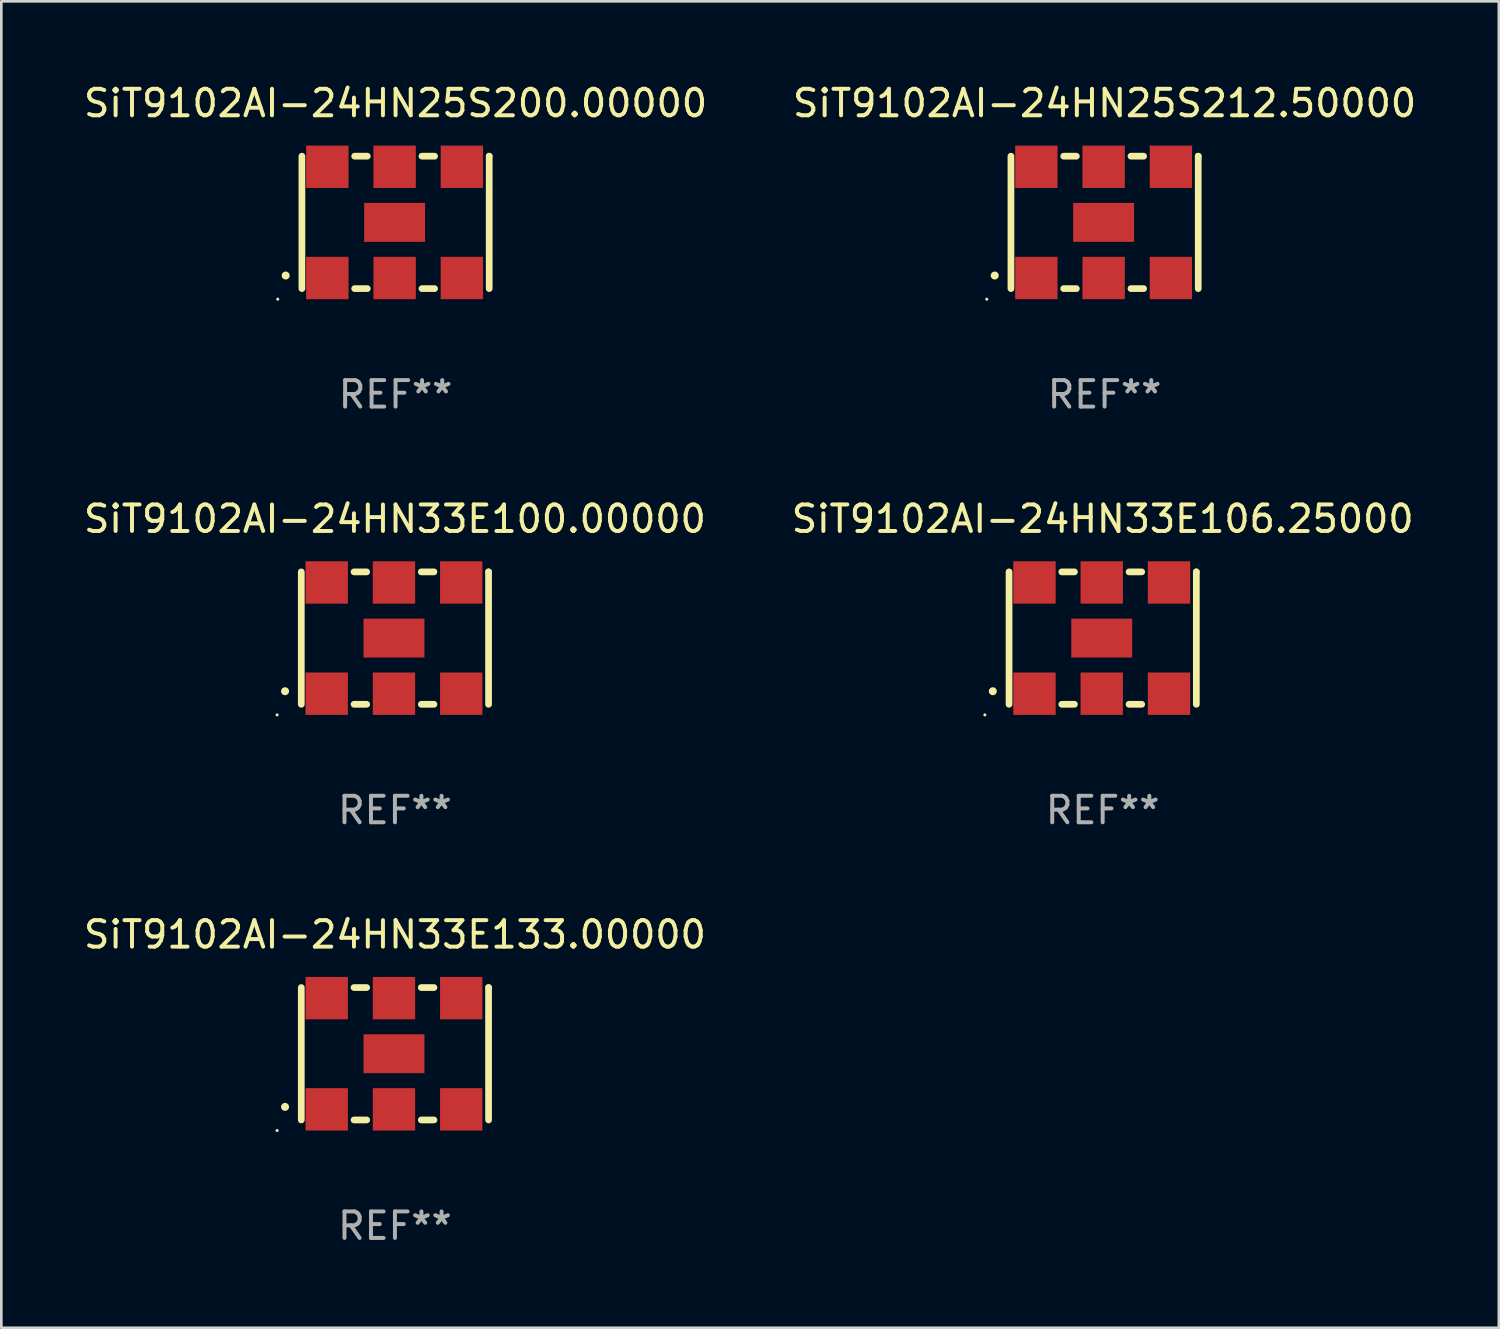
<source format=kicad_pcb>
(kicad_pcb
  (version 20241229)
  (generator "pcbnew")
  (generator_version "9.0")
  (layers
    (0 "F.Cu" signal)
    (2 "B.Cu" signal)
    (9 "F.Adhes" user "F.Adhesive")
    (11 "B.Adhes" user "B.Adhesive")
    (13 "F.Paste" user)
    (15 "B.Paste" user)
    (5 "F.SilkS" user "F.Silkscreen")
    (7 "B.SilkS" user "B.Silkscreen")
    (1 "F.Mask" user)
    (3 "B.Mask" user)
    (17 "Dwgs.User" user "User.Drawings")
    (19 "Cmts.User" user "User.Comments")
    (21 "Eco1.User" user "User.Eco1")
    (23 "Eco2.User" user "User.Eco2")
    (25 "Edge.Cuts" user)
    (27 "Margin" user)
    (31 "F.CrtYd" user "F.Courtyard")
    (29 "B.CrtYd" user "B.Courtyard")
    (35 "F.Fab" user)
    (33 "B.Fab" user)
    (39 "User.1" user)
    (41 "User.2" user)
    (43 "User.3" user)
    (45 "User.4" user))
  (footprint "SiT9102AI-24HN33E106.25000"
    (layer "F.Cu")
    (at 38.589 21.045)
    (property "Reference" "SiT9102AI-24HN33E106.25000" (at 0 -4.5 0) (layer "F.SilkS") (effects (font (size 1 1) (thickness 0.15))))
    (attr through_hole)
    (fp_line (start -3.536 -2.5) (end -3.536 2.5) (stroke (width 0.254) (type solid)) (layer "F.SilkS"))
    (fp_line (start -1.544 2.5) (end -1.067 2.5) (stroke (width 0.254) (type solid)) (layer "F.SilkS"))
    (fp_line (start -1.067 -2.5) (end -1.544 -2.5) (stroke (width 0.254) (type solid)) (layer "F.SilkS"))
    (fp_line (start 0.996 2.5) (end 1.473 2.5) (stroke (width 0.254) (type solid)) (layer "F.SilkS"))
    (fp_line (start 1.473 -2.5) (end 0.996 -2.5) (stroke (width 0.254) (type solid)) (layer "F.SilkS"))
    (fp_line (start 3.536 -2.5) (end 3.536 -2.5) (stroke (width 0.254) (type solid)) (layer "F.SilkS"))
    (fp_line (start 3.536 2.5) (end 3.536 -2.5) (stroke (width 0.254) (type solid)) (layer "F.SilkS"))
    (fp_arc (start -4.150432 2.006604) (mid -4.149162 2.006599) (end -4.147892 2.006604) (stroke (width 0.3) (type solid)) (layer "F.SilkS"))
    (fp_circle (center -4.449 2.9) (end -4.419 2.9) (stroke (width 0.06) (type solid)) (fill no) (layer "F.SilkS"))
    (fp_text user "REF**" (at 0 6.5 0) (layer "F.Fab") (effects (font (size 1 1) (thickness 0.15))))
    (pad "1" smd rect (at -2.576 2.1) (size 1.6 1.6) (layers "F.Cu" "F.Mask" "F.Paste"))
    (pad "2" smd rect (at -0.036 2.1) (size 1.6 1.6) (layers "F.Cu" "F.Mask" "F.Paste"))
    (pad "3" smd rect (at 2.504 2.1) (size 1.6 1.6) (layers "F.Cu" "F.Mask" "F.Paste"))
    (pad "4" smd rect (at 2.504 -2.1) (size 1.6 1.6) (layers "F.Cu" "F.Mask" "F.Paste"))
    (pad "5" smd rect (at -0.036 -2.1) (size 1.6 1.6) (layers "F.Cu" "F.Mask" "F.Paste"))
    (pad "6" smd rect (at -2.576 -2.1) (size 1.6 1.6) (layers "F.Cu" "F.Mask" "F.Paste"))
    (pad "7" smd rect (at -0.036 0) (size 2.3 1.47) (layers "F.Cu" "F.Mask" "F.Paste")))
  (footprint "SiT9102AI-24HN25S200.00000"
    (layer "F.Cu")
    (at 11.887 5.348)
    (property "Reference" "SiT9102AI-24HN25S200.00000" (at 0 -4.5 0) (layer "F.SilkS") (effects (font (size 1 1) (thickness 0.15))))
    (attr through_hole)
    (fp_line (start -3.536 -2.5) (end -3.536 2.5) (stroke (width 0.254) (type solid)) (layer "F.SilkS"))
    (fp_line (start -1.544 2.5) (end -1.067 2.5) (stroke (width 0.254) (type solid)) (layer "F.SilkS"))
    (fp_line (start -1.067 -2.5) (end -1.544 -2.5) (stroke (width 0.254) (type solid)) (layer "F.SilkS"))
    (fp_line (start 0.996 2.5) (end 1.473 2.5) (stroke (width 0.254) (type solid)) (layer "F.SilkS"))
    (fp_line (start 1.473 -2.5) (end 0.996 -2.5) (stroke (width 0.254) (type solid)) (layer "F.SilkS"))
    (fp_line (start 3.536 -2.5) (end 3.536 -2.5) (stroke (width 0.254) (type solid)) (layer "F.SilkS"))
    (fp_line (start 3.536 2.5) (end 3.536 -2.5) (stroke (width 0.254) (type solid)) (layer "F.SilkS"))
    (fp_arc (start -4.150432 2.006604) (mid -4.149162 2.006599) (end -4.147892 2.006604) (stroke (width 0.3) (type solid)) (layer "F.SilkS"))
    (fp_circle (center -4.449 2.9) (end -4.419 2.9) (stroke (width 0.06) (type solid)) (fill no) (layer "F.SilkS"))
    (fp_text user "REF**" (at 0 6.5 0) (layer "F.Fab") (effects (font (size 1 1) (thickness 0.15))))
    (pad "1" smd rect (at -2.576 2.1) (size 1.6 1.6) (layers "F.Cu" "F.Mask" "F.Paste"))
    (pad "2" smd rect (at -0.036 2.1) (size 1.6 1.6) (layers "F.Cu" "F.Mask" "F.Paste"))
    (pad "3" smd rect (at 2.504 2.1) (size 1.6 1.6) (layers "F.Cu" "F.Mask" "F.Paste"))
    (pad "4" smd rect (at 2.504 -2.1) (size 1.6 1.6) (layers "F.Cu" "F.Mask" "F.Paste"))
    (pad "5" smd rect (at -0.036 -2.1) (size 1.6 1.6) (layers "F.Cu" "F.Mask" "F.Paste"))
    (pad "6" smd rect (at -2.576 -2.1) (size 1.6 1.6) (layers "F.Cu" "F.Mask" "F.Paste"))
    (pad "7" smd rect (at -0.036 0) (size 2.3 1.47) (layers "F.Cu" "F.Mask" "F.Paste")))
  (footprint "SiT9102AI-24HN33E133.00000"
    (layer "F.Cu")
    (at 11.863 36.741)
    (property "Reference" "SiT9102AI-24HN33E133.00000" (at 0 -4.5 0) (layer "F.SilkS") (effects (font (size 1 1) (thickness 0.15))))
    (attr through_hole)
    (fp_line (start -3.536 -2.5) (end -3.536 2.5) (stroke (width 0.254) (type solid)) (layer "F.SilkS"))
    (fp_line (start -1.544 2.5) (end -1.067 2.5) (stroke (width 0.254) (type solid)) (layer "F.SilkS"))
    (fp_line (start -1.067 -2.5) (end -1.544 -2.5) (stroke (width 0.254) (type solid)) (layer "F.SilkS"))
    (fp_line (start 0.996 2.5) (end 1.473 2.5) (stroke (width 0.254) (type solid)) (layer "F.SilkS"))
    (fp_line (start 1.473 -2.5) (end 0.996 -2.5) (stroke (width 0.254) (type solid)) (layer "F.SilkS"))
    (fp_line (start 3.536 -2.5) (end 3.536 -2.5) (stroke (width 0.254) (type solid)) (layer "F.SilkS"))
    (fp_line (start 3.536 2.5) (end 3.536 -2.5) (stroke (width 0.254) (type solid)) (layer "F.SilkS"))
    (fp_arc (start -4.150432 2.006604) (mid -4.149162 2.006599) (end -4.147892 2.006604) (stroke (width 0.3) (type solid)) (layer "F.SilkS"))
    (fp_circle (center -4.449 2.9) (end -4.419 2.9) (stroke (width 0.06) (type solid)) (fill no) (layer "F.SilkS"))
    (fp_text user "REF**" (at 0 6.5 0) (layer "F.Fab") (effects (font (size 1 1) (thickness 0.15))))
    (pad "1" smd rect (at -2.576 2.1) (size 1.6 1.6) (layers "F.Cu" "F.Mask" "F.Paste"))
    (pad "2" smd rect (at -0.036 2.1) (size 1.6 1.6) (layers "F.Cu" "F.Mask" "F.Paste"))
    (pad "3" smd rect (at 2.504 2.1) (size 1.6 1.6) (layers "F.Cu" "F.Mask" "F.Paste"))
    (pad "4" smd rect (at 2.504 -2.1) (size 1.6 1.6) (layers "F.Cu" "F.Mask" "F.Paste"))
    (pad "5" smd rect (at -0.036 -2.1) (size 1.6 1.6) (layers "F.Cu" "F.Mask" "F.Paste"))
    (pad "6" smd rect (at -2.576 -2.1) (size 1.6 1.6) (layers "F.Cu" "F.Mask" "F.Paste"))
    (pad "7" smd rect (at -0.036 0) (size 2.3 1.47) (layers "F.Cu" "F.Mask" "F.Paste")))
  (footprint "SiT9102AI-24HN33E100.00000"
    (layer "F.Cu")
    (at 11.863 21.045)
    (property "Reference" "SiT9102AI-24HN33E100.00000" (at 0 -4.5 0) (layer "F.SilkS") (effects (font (size 1 1) (thickness 0.15))))
    (attr through_hole)
    (fp_line (start -3.536 -2.5) (end -3.536 2.5) (stroke (width 0.254) (type solid)) (layer "F.SilkS"))
    (fp_line (start -1.544 2.5) (end -1.067 2.5) (stroke (width 0.254) (type solid)) (layer "F.SilkS"))
    (fp_line (start -1.067 -2.5) (end -1.544 -2.5) (stroke (width 0.254) (type solid)) (layer "F.SilkS"))
    (fp_line (start 0.996 2.5) (end 1.473 2.5) (stroke (width 0.254) (type solid)) (layer "F.SilkS"))
    (fp_line (start 1.473 -2.5) (end 0.996 -2.5) (stroke (width 0.254) (type solid)) (layer "F.SilkS"))
    (fp_line (start 3.536 -2.5) (end 3.536 -2.5) (stroke (width 0.254) (type solid)) (layer "F.SilkS"))
    (fp_line (start 3.536 2.5) (end 3.536 -2.5) (stroke (width 0.254) (type solid)) (layer "F.SilkS"))
    (fp_arc (start -4.150432 2.006604) (mid -4.149162 2.006599) (end -4.147892 2.006604) (stroke (width 0.3) (type solid)) (layer "F.SilkS"))
    (fp_circle (center -4.449 2.9) (end -4.419 2.9) (stroke (width 0.06) (type solid)) (fill no) (layer "F.SilkS"))
    (fp_text user "REF**" (at 0 6.5 0) (layer "F.Fab") (effects (font (size 1 1) (thickness 0.15))))
    (pad "1" smd rect (at -2.576 2.1) (size 1.6 1.6) (layers "F.Cu" "F.Mask" "F.Paste"))
    (pad "2" smd rect (at -0.036 2.1) (size 1.6 1.6) (layers "F.Cu" "F.Mask" "F.Paste"))
    (pad "3" smd rect (at 2.504 2.1) (size 1.6 1.6) (layers "F.Cu" "F.Mask" "F.Paste"))
    (pad "4" smd rect (at 2.504 -2.1) (size 1.6 1.6) (layers "F.Cu" "F.Mask" "F.Paste"))
    (pad "5" smd rect (at -0.036 -2.1) (size 1.6 1.6) (layers "F.Cu" "F.Mask" "F.Paste"))
    (pad "6" smd rect (at -2.576 -2.1) (size 1.6 1.6) (layers "F.Cu" "F.Mask" "F.Paste"))
    (pad "7" smd rect (at -0.036 0) (size 2.3 1.47) (layers "F.Cu" "F.Mask" "F.Paste")))
  (footprint "SiT9102AI-24HN25S212.50000"
    (layer "F.Cu")
    (at 38.661 5.348)
    (property "Reference" "SiT9102AI-24HN25S212.50000" (at 0 -4.5 0) (layer "F.SilkS") (effects (font (size 1 1) (thickness 0.15))))
    (attr through_hole)
    (fp_line (start -3.536 -2.5) (end -3.536 2.5) (stroke (width 0.254) (type solid)) (layer "F.SilkS"))
    (fp_line (start -1.544 2.5) (end -1.067 2.5) (stroke (width 0.254) (type solid)) (layer "F.SilkS"))
    (fp_line (start -1.067 -2.5) (end -1.544 -2.5) (stroke (width 0.254) (type solid)) (layer "F.SilkS"))
    (fp_line (start 0.996 2.5) (end 1.473 2.5) (stroke (width 0.254) (type solid)) (layer "F.SilkS"))
    (fp_line (start 1.473 -2.5) (end 0.996 -2.5) (stroke (width 0.254) (type solid)) (layer "F.SilkS"))
    (fp_line (start 3.536 -2.5) (end 3.536 -2.5) (stroke (width 0.254) (type solid)) (layer "F.SilkS"))
    (fp_line (start 3.536 2.5) (end 3.536 -2.5) (stroke (width 0.254) (type solid)) (layer "F.SilkS"))
    (fp_arc (start -4.150432 2.006604) (mid -4.149162 2.006599) (end -4.147892 2.006604) (stroke (width 0.3) (type solid)) (layer "F.SilkS"))
    (fp_circle (center -4.449 2.9) (end -4.419 2.9) (stroke (width 0.06) (type solid)) (fill no) (layer "F.SilkS"))
    (fp_text user "REF**" (at 0 6.5 0) (layer "F.Fab") (effects (font (size 1 1) (thickness 0.15))))
    (pad "1" smd rect (at -2.576 2.1) (size 1.6 1.6) (layers "F.Cu" "F.Mask" "F.Paste"))
    (pad "2" smd rect (at -0.036 2.1) (size 1.6 1.6) (layers "F.Cu" "F.Mask" "F.Paste"))
    (pad "3" smd rect (at 2.504 2.1) (size 1.6 1.6) (layers "F.Cu" "F.Mask" "F.Paste"))
    (pad "4" smd rect (at 2.504 -2.1) (size 1.6 1.6) (layers "F.Cu" "F.Mask" "F.Paste"))
    (pad "5" smd rect (at -0.036 -2.1) (size 1.6 1.6) (layers "F.Cu" "F.Mask" "F.Paste"))
    (pad "6" smd rect (at -2.576 -2.1) (size 1.6 1.6) (layers "F.Cu" "F.Mask" "F.Paste"))
    (pad "7" smd rect (at -0.036 0) (size 2.3 1.47) (layers "F.Cu" "F.Mask" "F.Paste")))
  (gr_rect
    (start -3 -3)
    (end 53.548 47.09)
    (stroke (width 0.1) (type default))
    (fill no)
    (layer "Edge.Cuts")))
</source>
